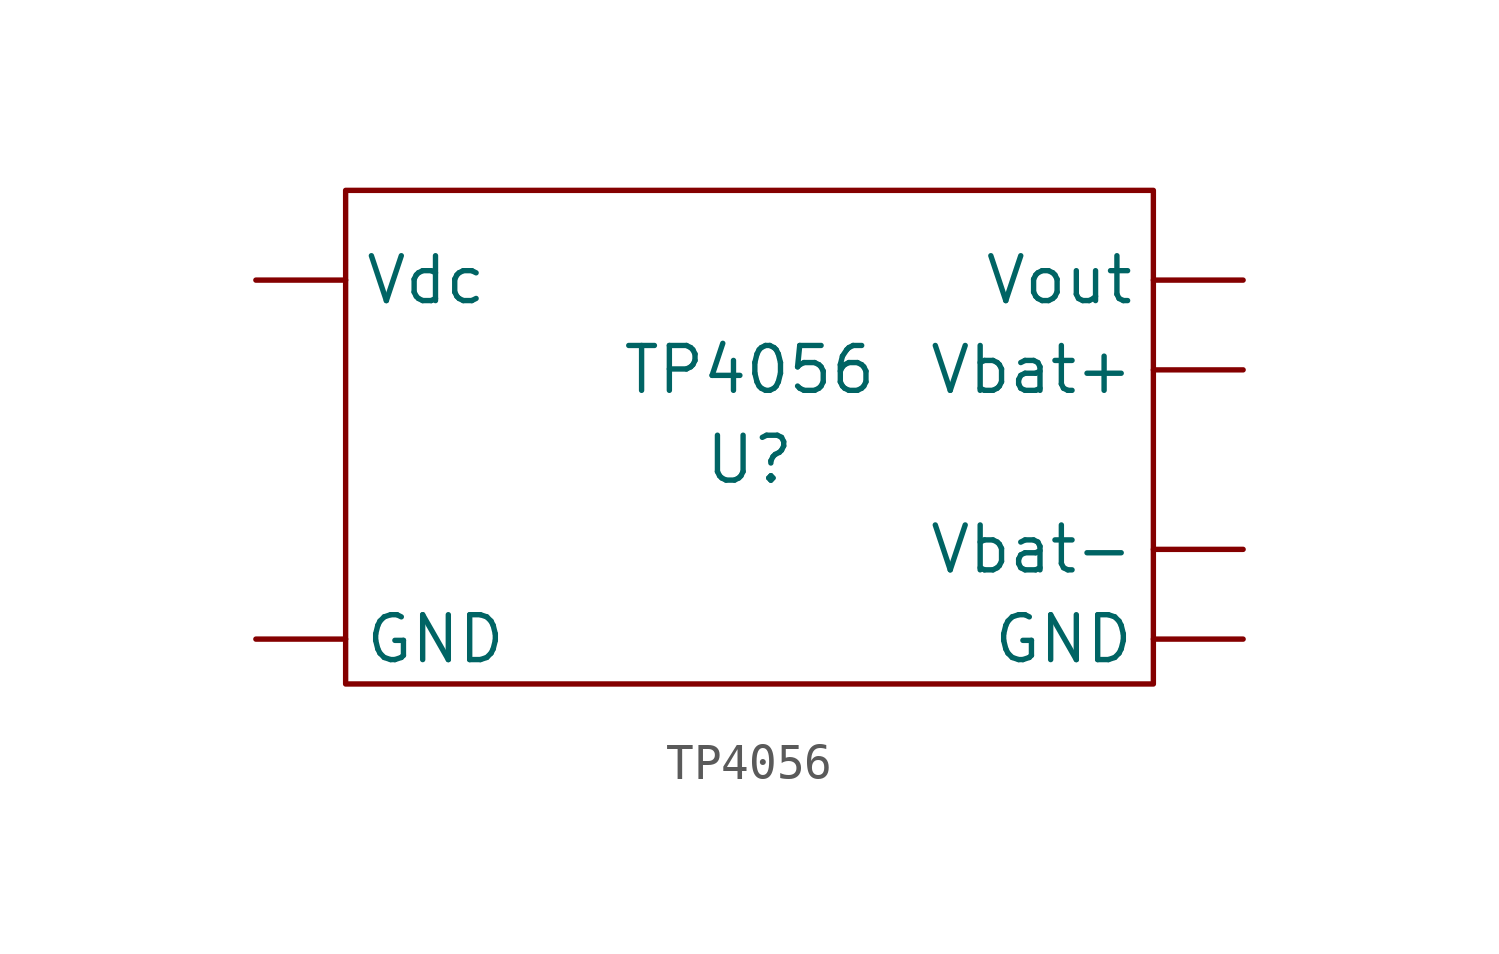
<source format=kicad_sym>
(kicad_symbol_lib
  (version 20211014)
  (generator kicad_symbol_editor)
  (symbol "TP4056"
    (pin_numbers hide)
    (property "Reference" "U"
      (at 0 -1.27 0)
      (effects (font (size 1.27 1.27))))
    (property "Value" "TP4056"
      (at 0 1.27 0)
      (effects (font (size 1.27 1.27))))
    (symbol "TP4056_0_1"
      (rectangle (start -11.43 6.35) (end 11.43 -7.62) (stroke (width 0) (type default) (color 0 0 0 0)) (fill (type none))))
    (symbol "TP4056_1_1"
      (pin power_in line (at -13.97 3.81 0) (length 2.54) (name "Vdc" (effects (font (size 1.27 1.27)))) (number "1" (effects (font (size 1.27 1.27)))))
      (pin power_in line (at -13.97 -6.35 0) (length 2.54) (name "GND" (effects (font (size 1.27 1.27)))) (number "2" (effects (font (size 1.27 1.27)))))
      (pin power_out line (at 13.97 3.81 180) (length 2.54) (name "Vout" (effects (font (size 1.27 1.27)))) (number "3" (effects (font (size 1.27 1.27)))))
      (pin power_in line (at 13.97 -6.35 180) (length 2.54) (name "GND" (effects (font (size 1.27 1.27)))) (number "4" (effects (font (size 1.27 1.27)))))
      (pin power_out line (at 13.97 1.27 180) (length 2.54) (name "Vbat+" (effects (font (size 1.27 1.27)))) (number "5" (effects (font (size 1.27 1.27)))))
      (pin power_out line (at 13.97 -3.81 180) (length 2.54) (name "Vbat-" (effects (font (size 1.27 1.27)))) (number "6" (effects (font (size 1.27 1.27))))))))
</source>
